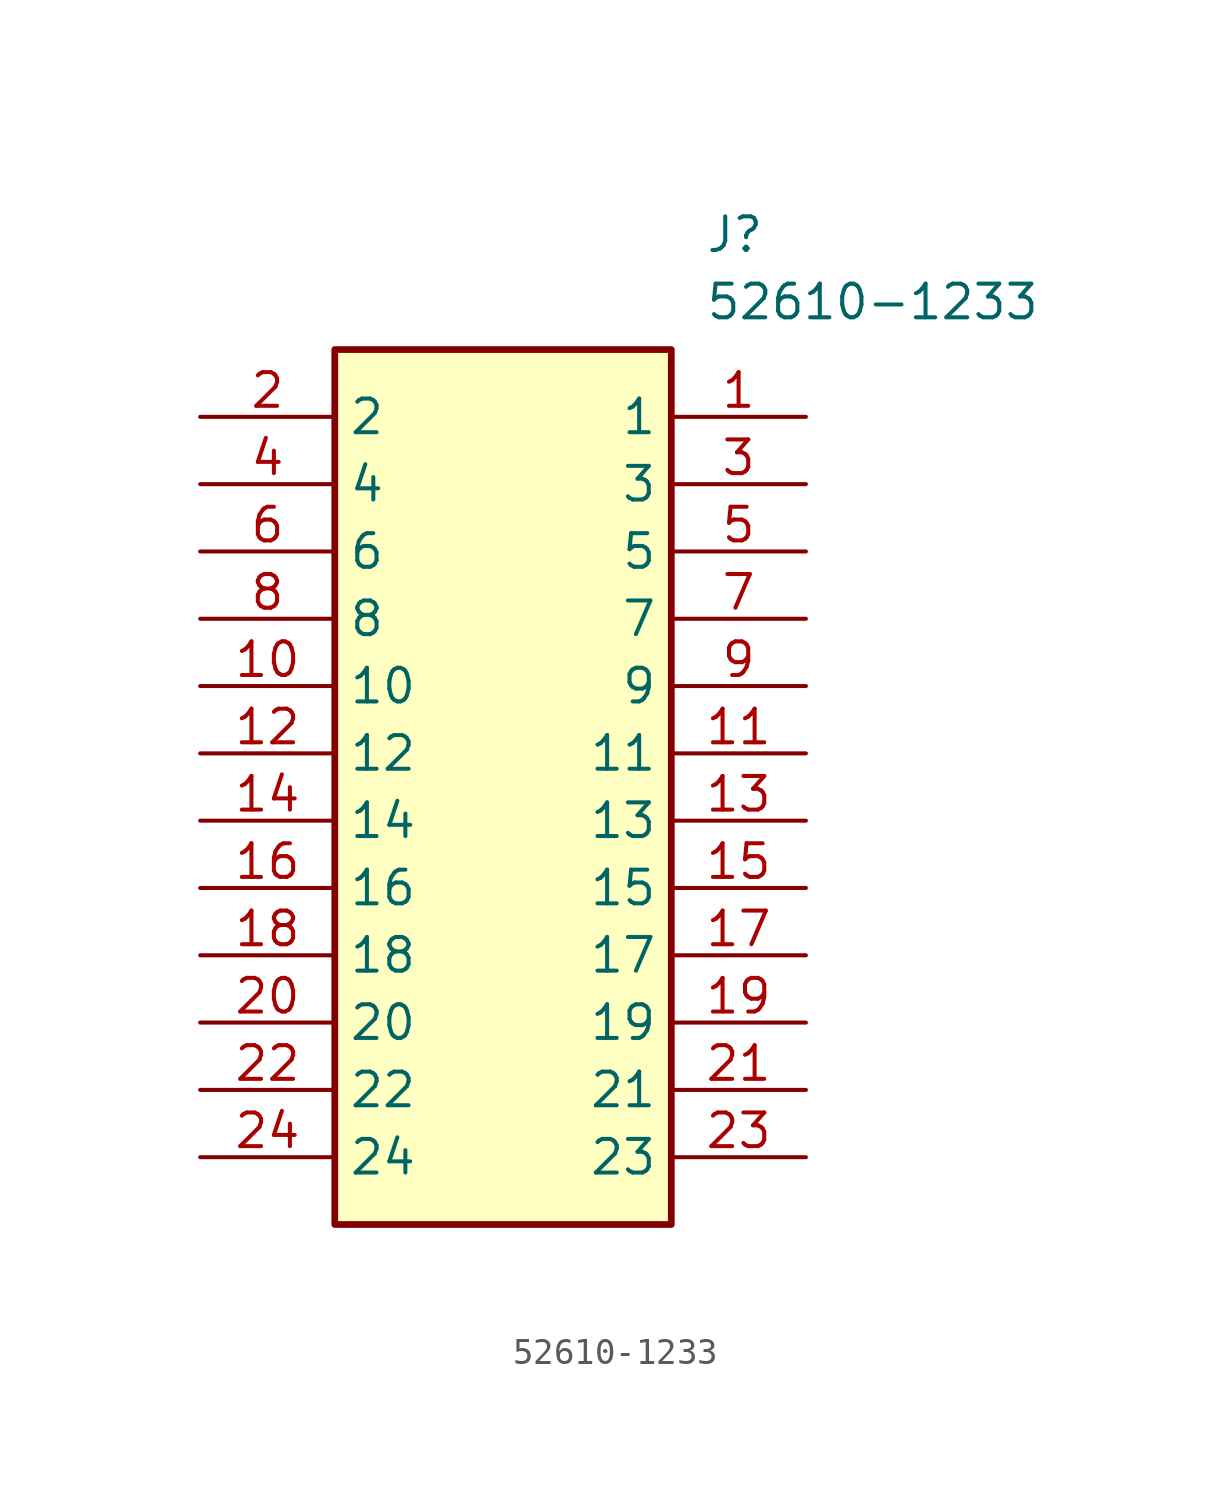
<source format=kicad_sym>
(kicad_symbol_lib
  (version 20211014)
  (generator SamacSys_ECAD_Model)
  (symbol "52610-1233"
    (property "Reference" "J"
      (at 19.05 7.62 0)
      (effects (font (size 1.27 1.27)) (justify left top)))
    (property "Value" "52610-1233"
      (at 19.05 5.08 0)
      (effects (font (size 1.27 1.27)) (justify left top)))
    (rectangle
      (start 5.08 2.54)
      (end 17.78 -30.48)
      (stroke (width 0.254) (type default))
      (fill (type background)))
    (pin passive line
      (at 22.86 0 180)
      (length 5.08)
      (name "1" (effects (font (size 1.27 1.27))))
      (number "1" (effects (font (size 1.27 1.27)))))
    (pin passive line
      (at 0 0 0)
      (length 5.08)
      (name "2" (effects (font (size 1.27 1.27))))
      (number "2" (effects (font (size 1.27 1.27)))))
    (pin passive line
      (at 22.86 -2.54 180)
      (length 5.08)
      (name "3" (effects (font (size 1.27 1.27))))
      (number "3" (effects (font (size 1.27 1.27)))))
    (pin passive line
      (at 0 -2.54 0)
      (length 5.08)
      (name "4" (effects (font (size 1.27 1.27))))
      (number "4" (effects (font (size 1.27 1.27)))))
    (pin passive line
      (at 22.86 -5.08 180)
      (length 5.08)
      (name "5" (effects (font (size 1.27 1.27))))
      (number "5" (effects (font (size 1.27 1.27)))))
    (pin passive line
      (at 0 -5.08 0)
      (length 5.08)
      (name "6" (effects (font (size 1.27 1.27))))
      (number "6" (effects (font (size 1.27 1.27)))))
    (pin passive line
      (at 22.86 -7.62 180)
      (length 5.08)
      (name "7" (effects (font (size 1.27 1.27))))
      (number "7" (effects (font (size 1.27 1.27)))))
    (pin passive line
      (at 0 -7.62 0)
      (length 5.08)
      (name "8" (effects (font (size 1.27 1.27))))
      (number "8" (effects (font (size 1.27 1.27)))))
    (pin passive line
      (at 22.86 -10.16 180)
      (length 5.08)
      (name "9" (effects (font (size 1.27 1.27))))
      (number "9" (effects (font (size 1.27 1.27)))))
    (pin passive line
      (at 0 -10.16 0)
      (length 5.08)
      (name "10" (effects (font (size 1.27 1.27))))
      (number "10" (effects (font (size 1.27 1.27)))))
    (pin passive line
      (at 22.86 -12.7 180)
      (length 5.08)
      (name "11" (effects (font (size 1.27 1.27))))
      (number "11" (effects (font (size 1.27 1.27)))))
    (pin passive line
      (at 0 -12.7 0)
      (length 5.08)
      (name "12" (effects (font (size 1.27 1.27))))
      (number "12" (effects (font (size 1.27 1.27)))))
    (pin passive line
      (at 22.86 -15.24 180)
      (length 5.08)
      (name "13" (effects (font (size 1.27 1.27))))
      (number "13" (effects (font (size 1.27 1.27)))))
    (pin passive line
      (at 0 -15.24 0)
      (length 5.08)
      (name "14" (effects (font (size 1.27 1.27))))
      (number "14" (effects (font (size 1.27 1.27)))))
    (pin passive line
      (at 22.86 -17.78 180)
      (length 5.08)
      (name "15" (effects (font (size 1.27 1.27))))
      (number "15" (effects (font (size 1.27 1.27)))))
    (pin passive line
      (at 0 -17.78 0)
      (length 5.08)
      (name "16" (effects (font (size 1.27 1.27))))
      (number "16" (effects (font (size 1.27 1.27)))))
    (pin passive line
      (at 22.86 -20.32 180)
      (length 5.08)
      (name "17" (effects (font (size 1.27 1.27))))
      (number "17" (effects (font (size 1.27 1.27)))))
    (pin passive line
      (at 0 -20.32 0)
      (length 5.08)
      (name "18" (effects (font (size 1.27 1.27))))
      (number "18" (effects (font (size 1.27 1.27)))))
    (pin passive line
      (at 22.86 -22.86 180)
      (length 5.08)
      (name "19" (effects (font (size 1.27 1.27))))
      (number "19" (effects (font (size 1.27 1.27)))))
    (pin passive line
      (at 0 -22.86 0)
      (length 5.08)
      (name "20" (effects (font (size 1.27 1.27))))
      (number "20" (effects (font (size 1.27 1.27)))))
    (pin passive line
      (at 22.86 -25.4 180)
      (length 5.08)
      (name "21" (effects (font (size 1.27 1.27))))
      (number "21" (effects (font (size 1.27 1.27)))))
    (pin passive line
      (at 0 -25.4 0)
      (length 5.08)
      (name "22" (effects (font (size 1.27 1.27))))
      (number "22" (effects (font (size 1.27 1.27)))))
    (pin passive line
      (at 22.86 -27.94 180)
      (length 5.08)
      (name "23" (effects (font (size 1.27 1.27))))
      (number "23" (effects (font (size 1.27 1.27)))))
    (pin passive line
      (at 0 -27.94 0)
      (length 5.08)
      (name "24" (effects (font (size 1.27 1.27))))
      (number "24" (effects (font (size 1.27 1.27)))))))
</source>
